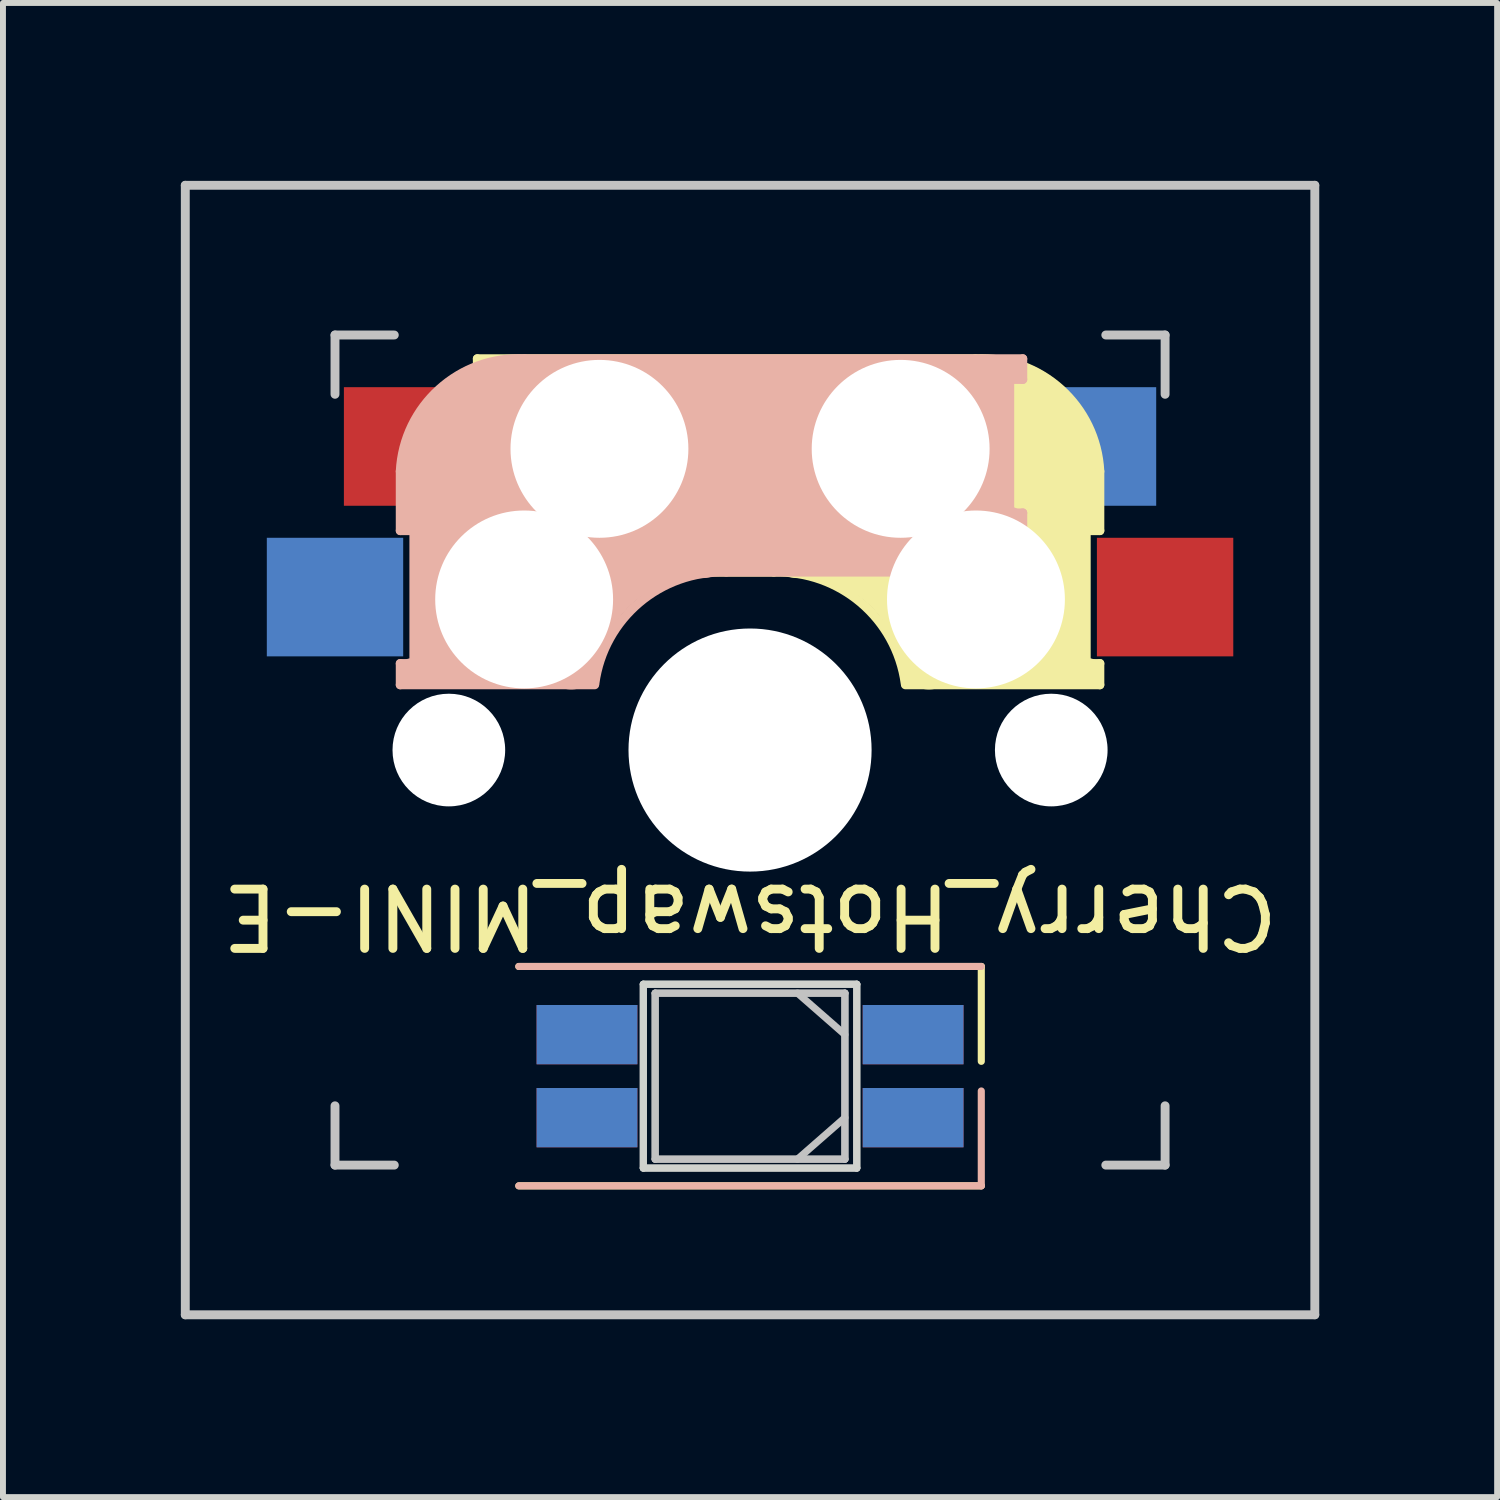
<source format=kicad_pcb>
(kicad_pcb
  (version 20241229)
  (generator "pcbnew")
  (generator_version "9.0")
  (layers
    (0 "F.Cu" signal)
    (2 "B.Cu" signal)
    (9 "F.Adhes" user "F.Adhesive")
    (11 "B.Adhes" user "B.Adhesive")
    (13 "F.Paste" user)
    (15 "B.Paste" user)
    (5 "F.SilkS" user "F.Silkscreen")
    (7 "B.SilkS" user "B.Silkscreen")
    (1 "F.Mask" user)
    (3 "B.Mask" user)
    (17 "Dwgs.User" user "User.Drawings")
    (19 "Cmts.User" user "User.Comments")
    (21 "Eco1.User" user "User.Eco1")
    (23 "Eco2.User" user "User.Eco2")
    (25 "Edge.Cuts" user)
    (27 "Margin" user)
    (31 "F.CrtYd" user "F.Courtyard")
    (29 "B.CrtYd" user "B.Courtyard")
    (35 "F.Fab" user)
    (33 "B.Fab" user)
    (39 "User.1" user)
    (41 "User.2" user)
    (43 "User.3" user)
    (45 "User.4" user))
  (footprint "Cherry_Hotswap_MINI-E"
    (layer "F.Cu")
    (at 9.6 9.6)
    (property "Reference" "Cherry_Hotswap_MINI-E" (at 0 2.8 180) (unlocked yes) (layer "F.SilkS") (effects (font (size 1 1) (thickness 0.15))))
    (attr through_hole)
    (fp_line (start -4.6 -6.6) (end 3.8 -6.6) (stroke (width 0.15) (type solid)) (layer "F.SilkS"))
    (fp_line (start -4.6 -6.25) (end -4.6 -6.6) (stroke (width 0.15) (type solid)) (layer "F.SilkS"))
    (fp_line (start -4.6 -4) (end -4.4 -4) (stroke (width 0.15) (type solid)) (layer "F.SilkS"))
    (fp_line (start -4.6 -3) (end -4.6 -4) (stroke (width 0.15) (type solid)) (layer "F.SilkS"))
    (fp_line (start -4.4 -6.4) (end -3 -6.4) (stroke (width 0.4) (type solid)) (layer "F.SilkS"))
    (fp_line (start -4.4 -6.25) (end -4.6 -6.25) (stroke (width 0.15) (type solid)) (layer "F.SilkS"))
    (fp_line (start -4.4 -3.9) (end -4.4 -3.2) (stroke (width 0.4) (type solid)) (layer "F.SilkS"))
    (fp_line (start -4.38 -4) (end -4.38 -6.25) (stroke (width 0.15) (type solid)) (layer "F.SilkS"))
    (fp_line (start -4.3 -3.3) (end -2.9 -3.3) (stroke (width 0.5) (type solid)) (layer "F.SilkS"))
    (fp_line (start -3.9 -6) (end -3.9 -3.5) (stroke (width 1) (type solid)) (layer "F.SilkS"))
    (fp_line (start -3.9 7.35) (end 3.9 7.35) (stroke (width 0.12) (type solid)) (layer "F.SilkS"))
    (fp_line (start -2.6 -4.8) (end 4.1 -4.8) (stroke (width 3.5) (type solid)) (layer "F.SilkS"))
    (fp_line (start 0.4 -3) (end -4.6 -3) (stroke (width 0.15) (type solid)) (layer "F.SilkS"))
    (fp_line (start 3.9 3.65) (end -3.9 3.65) (stroke (width 0.12) (type solid)) (layer "F.SilkS"))
    (fp_line (start 3.9 5.25) (end 3.9 3.65) (stroke (width 0.12) (type solid)) (layer "F.SilkS"))
    (fp_line (start 4.17 -5.1) (end 4.17 -2.86) (stroke (width 3) (type solid)) (layer "F.SilkS"))
    (fp_line (start 5.3 -1.6) (end 5.3 -3.4) (stroke (width 0.8) (type solid)) (layer "F.SilkS"))
    (fp_line (start 5.67 -3.7) (end 5.67 -1.46) (stroke (width 0.15) (type solid)) (layer "F.SilkS"))
    (fp_line (start 5.7 -1.46) (end 5.9 -1.46) (stroke (width 0.15) (type solid)) (layer "F.SilkS"))
    (fp_line (start 5.7 -1.3) (end 3 -1.3) (stroke (width 0.5) (type solid)) (layer "F.SilkS"))
    (fp_line (start 5.8 -3.8) (end 5.8 -4.7) (stroke (width 0.3) (type solid)) (layer "F.SilkS"))
    (fp_line (start 5.9 -4.7) (end 5.9 -3.7) (stroke (width 0.15) (type solid)) (layer "F.SilkS"))
    (fp_line (start 5.9 -3.7) (end 5.7 -3.7) (stroke (width 0.15) (type solid)) (layer "F.SilkS"))
    (fp_line (start 5.9 -1.1) (end 2.62 -1.1) (stroke (width 0.15) (type solid)) (layer "F.SilkS"))
    (fp_line (start 5.9 -1.1) (end 5.9 -1.46) (stroke (width 0.15) (type solid)) (layer "F.SilkS"))
    (fp_arc (start 0.4 -3) (mid 1.868709 -2.486118) (end 2.616318 -1.121471) (stroke (width 0.15) (type solid)) (layer "F.SilkS"))
    (fp_arc (start 0.8 -3.4) (mid 2.268709 -2.886118) (end 3.016318 -1.521471) (stroke (width 1) (type solid)) (layer "F.SilkS"))
    (fp_arc (start 3.8 -6.600001) (mid 5.243504 -6.084925) (end 5.900001 -4.7) (stroke (width 0.15) (type solid)) (layer "F.SilkS"))
    (fp_line (start -5.9 -4.7) (end -5.9 -3.7) (stroke (width 0.15) (type solid)) (layer "B.SilkS"))
    (fp_line (start -5.9 -3.7) (end -5.7 -3.7) (stroke (width 0.15) (type solid)) (layer "B.SilkS"))
    (fp_line (start -5.9 -1.1) (end -5.9 -1.46) (stroke (width 0.15) (type solid)) (layer "B.SilkS"))
    (fp_line (start -5.9 -1.1) (end -2.62 -1.1) (stroke (width 0.15) (type solid)) (layer "B.SilkS"))
    (fp_line (start -5.8 -3.8) (end -5.8 -4.7) (stroke (width 0.3) (type solid)) (layer "B.SilkS"))
    (fp_line (start -5.7 -1.46) (end -5.9 -1.46) (stroke (width 0.15) (type solid)) (layer "B.SilkS"))
    (fp_line (start -5.7 -1.3) (end -3 -1.3) (stroke (width 0.5) (type solid)) (layer "B.SilkS"))
    (fp_line (start -5.67 -3.7) (end -5.67 -1.46) (stroke (width 0.15) (type solid)) (layer "B.SilkS"))
    (fp_line (start -5.3 -1.6) (end -5.3 -3.4) (stroke (width 0.8) (type solid)) (layer "B.SilkS"))
    (fp_line (start -4.17 -5.1) (end -4.17 -2.86) (stroke (width 3) (type solid)) (layer "B.SilkS"))
    (fp_line (start -3.9 3.65) (end 3.9 3.65) (stroke (width 0.12) (type solid)) (layer "B.SilkS"))
    (fp_line (start -0.4 -3) (end 4.6 -3) (stroke (width 0.15) (type solid)) (layer "B.SilkS"))
    (fp_line (start 2.6 -4.8) (end -4.1 -4.8) (stroke (width 3.5) (type solid)) (layer "B.SilkS"))
    (fp_line (start 3.9 -6) (end 3.9 -3.5) (stroke (width 1) (type solid)) (layer "B.SilkS"))
    (fp_line (start 3.9 5.75) (end 3.9 7.35) (stroke (width 0.12) (type solid)) (layer "B.SilkS"))
    (fp_line (start 3.9 7.35) (end -3.9 7.35) (stroke (width 0.12) (type solid)) (layer "B.SilkS"))
    (fp_line (start 4.3 -3.3) (end 2.9 -3.3) (stroke (width 0.5) (type solid)) (layer "B.SilkS"))
    (fp_line (start 4.38 -4) (end 4.38 -6.25) (stroke (width 0.15) (type solid)) (layer "B.SilkS"))
    (fp_line (start 4.4 -6.4) (end 3 -6.4) (stroke (width 0.4) (type solid)) (layer "B.SilkS"))
    (fp_line (start 4.4 -6.25) (end 4.6 -6.25) (stroke (width 0.15) (type solid)) (layer "B.SilkS"))
    (fp_line (start 4.4 -3.9) (end 4.4 -3.2) (stroke (width 0.4) (type solid)) (layer "B.SilkS"))
    (fp_line (start 4.6 -6.6) (end -3.8 -6.6) (stroke (width 0.15) (type solid)) (layer "B.SilkS"))
    (fp_line (start 4.6 -6.25) (end 4.6 -6.6) (stroke (width 0.15) (type solid)) (layer "B.SilkS"))
    (fp_line (start 4.6 -4) (end 4.4 -4) (stroke (width 0.15) (type solid)) (layer "B.SilkS"))
    (fp_line (start 4.6 -3) (end 4.6 -4) (stroke (width 0.15) (type solid)) (layer "B.SilkS"))
    (fp_arc (start -5.9 -4.699999) (mid -5.243504 -6.084924) (end -3.800001 -6.6) (stroke (width 0.15) (type solid)) (layer "B.SilkS"))
    (fp_arc (start -3.016318 -1.521471) (mid -2.268709 -2.886118) (end -0.8 -3.4) (stroke (width 1) (type solid)) (layer "B.SilkS"))
    (fp_arc (start -2.616318 -1.121471) (mid -1.868709 -2.486118) (end -0.4 -3) (stroke (width 0.15) (type solid)) (layer "B.SilkS"))
    (fp_line (start -9.525 -9.525) (end 9.525 -9.525) (stroke (width 0.15) (type solid)) (layer "Dwgs.User"))
    (fp_line (start -9.525 9.525) (end -9.525 -9.525) (stroke (width 0.15) (type solid)) (layer "Dwgs.User"))
    (fp_line (start -7 -7) (end -6 -7) (stroke (width 0.15) (type solid)) (layer "Dwgs.User"))
    (fp_line (start -7 -6) (end -7 -7) (stroke (width 0.15) (type solid)) (layer "Dwgs.User"))
    (fp_line (start -7 6) (end -7 7) (stroke (width 0.15) (type solid)) (layer "Dwgs.User"))
    (fp_line (start -7 7) (end -6 7) (stroke (width 0.15) (type solid)) (layer "Dwgs.User"))
    (fp_line (start -1.6 4.1) (end -1.6 6.9) (stroke (width 0.12) (type solid)) (layer "Dwgs.User"))
    (fp_line (start -1.6 6.9) (end -1.6 4.1) (stroke (width 0.12) (type solid)) (layer "Dwgs.User"))
    (fp_line (start 1.6 4.1) (end -1.6 4.1) (stroke (width 0.12) (type solid)) (layer "Dwgs.User"))
    (fp_line (start 1.6 4.1) (end -1.6 4.1) (stroke (width 0.12) (type solid)) (layer "Dwgs.User"))
    (fp_line (start 1.6 4.1) (end 1.6 6.9) (stroke (width 0.12) (type solid)) (layer "Dwgs.User"))
    (fp_line (start 1.6 4.8) (end 0.8 4.1) (stroke (width 0.12) (type solid)) (layer "Dwgs.User"))
    (fp_line (start 1.6 6.2) (end 0.8 6.9) (stroke (width 0.12) (type solid)) (layer "Dwgs.User"))
    (fp_line (start 1.6 6.9) (end -1.6 6.9) (stroke (width 0.12) (type solid)) (layer "Dwgs.User"))
    (fp_line (start 1.6 6.9) (end -1.6 6.9) (stroke (width 0.12) (type solid)) (layer "Dwgs.User"))
    (fp_line (start 1.6 6.9) (end 1.6 4.1) (stroke (width 0.12) (type solid)) (layer "Dwgs.User"))
    (fp_line (start 6 7) (end 7 7) (stroke (width 0.15) (type solid)) (layer "Dwgs.User"))
    (fp_line (start 7 -7) (end 6 -7) (stroke (width 0.15) (type solid)) (layer "Dwgs.User"))
    (fp_line (start 7 -7) (end 7 -6) (stroke (width 0.15) (type solid)) (layer "Dwgs.User"))
    (fp_line (start 7 7) (end 7 6) (stroke (width 0.15) (type solid)) (layer "Dwgs.User"))
    (fp_line (start 9.525 -9.525) (end 9.525 9.525) (stroke (width 0.15) (type solid)) (layer "Dwgs.User"))
    (fp_line (start 9.525 9.525) (end -9.525 9.525) (stroke (width 0.15) (type solid)) (layer "Dwgs.User"))
    (fp_line (start -1.8 3.95) (end -1.8 7.05) (stroke (width 0.12) (type solid)) (layer "Edge.Cuts"))
    (fp_line (start -1.8 3.95) (end 1.8 3.95) (stroke (width 0.12) (type solid)) (layer "Edge.Cuts"))
    (fp_line (start -1.8 7.05) (end -1.8 3.95) (stroke (width 0.12) (type solid)) (layer "Edge.Cuts"))
    (fp_line (start -1.8 7.05) (end 1.8 7.05) (stroke (width 0.12) (type solid)) (layer "Edge.Cuts"))
    (fp_line (start 1.8 3.95) (end -1.8 3.95) (stroke (width 0.12) (type solid)) (layer "Edge.Cuts"))
    (fp_line (start 1.8 3.95) (end 1.8 7.05) (stroke (width 0.12) (type solid)) (layer "Edge.Cuts"))
    (fp_line (start 1.8 7.05) (end -1.8 7.05) (stroke (width 0.12) (type solid)) (layer "Edge.Cuts"))
    (fp_line (start 1.8 7.05) (end 1.8 3.95) (stroke (width 0.12) (type solid)) (layer "Edge.Cuts"))
    (pad "" np_thru_hole circle (at -5.08 0) (size 1.9 1.9) (drill 1.9) (layers "*.Cu" "*.Mask"))
    (pad "" np_thru_hole circle (at -3.81 -2.54 180) (size 3 3) (drill 3) (layers "*.Cu" "*.Mask"))
    (pad "" np_thru_hole circle (at -2.54 -5.08 180) (size 3 3) (drill 3) (layers "*.Cu" "*.Mask"))
    (pad "" np_thru_hole circle (at 0 0 90) (size 4.1 4.1) (drill 4.1) (layers "*.Cu" "*.Mask"))
    (pad "" np_thru_hole circle (at 2.54 -5.08 180) (size 3 3) (drill 3) (layers "*.Cu" "*.Mask"))
    (pad "" np_thru_hole circle (at 3.81 -2.54 180) (size 3 3) (drill 3) (layers "*.Cu" "*.Mask"))
    (pad "" np_thru_hole circle (at 5.08 0) (size 1.9 1.9) (drill 1.9) (layers "*.Cu" "*.Mask"))
    (pad "1" smd rect (at -2.75 4.8) (size 1.7 1) (layers "B.Cu" "B.Mask" "B.Paste"))
    (pad "1" smd rect (at -2.75 6.2 180) (size 1.7 1) (layers "F.Cu" "F.Mask" "F.Paste"))
    (pad "2" smd rect (at -2.75 4.8 180) (size 1.7 1) (layers "F.Cu" "F.Mask" "F.Paste"))
    (pad "2" smd rect (at -2.75 6.2) (size 1.7 1) (layers "B.Cu" "B.Mask" "B.Paste"))
    (pad "3" smd rect (at 2.75 4.8 180) (size 1.7 1) (layers "F.Cu" "F.Mask" "F.Paste"))
    (pad "3" smd rect (at 2.75 6.2) (size 1.7 1) (layers "B.Cu" "B.Mask" "B.Paste"))
    (pad "4" smd rect (at 2.75 4.8) (size 1.7 1) (layers "B.Cu" "B.Mask" "B.Paste"))
    (pad "4" smd rect (at 2.75 6.2 180) (size 1.7 1) (layers "F.Cu" "F.Mask" "F.Paste"))
    (pad "5" smd rect (at -7 -2.58 180) (size 2.3 2) (layers "B.Cu" "B.Mask" "B.Paste"))
    (pad "5" smd rect (at 7 -2.58 180) (size 2.3 2) (layers "F.Cu" "F.Mask" "F.Paste"))
    (pad "6" smd rect (at -5.7 -5.12 180) (size 2.3 2) (layers "F.Cu" "F.Mask"))
    (pad "6" smd rect (at 5.7 -5.12 180) (size 2.3 2) (layers "B.Cu" "B.Mask" "B.Paste")))
  (gr_rect
    (start -3 -3)
    (end 22.2 22.2)
    (stroke (width 0.1) (type default))
    (fill no)
    (layer "Edge.Cuts")))
</source>
